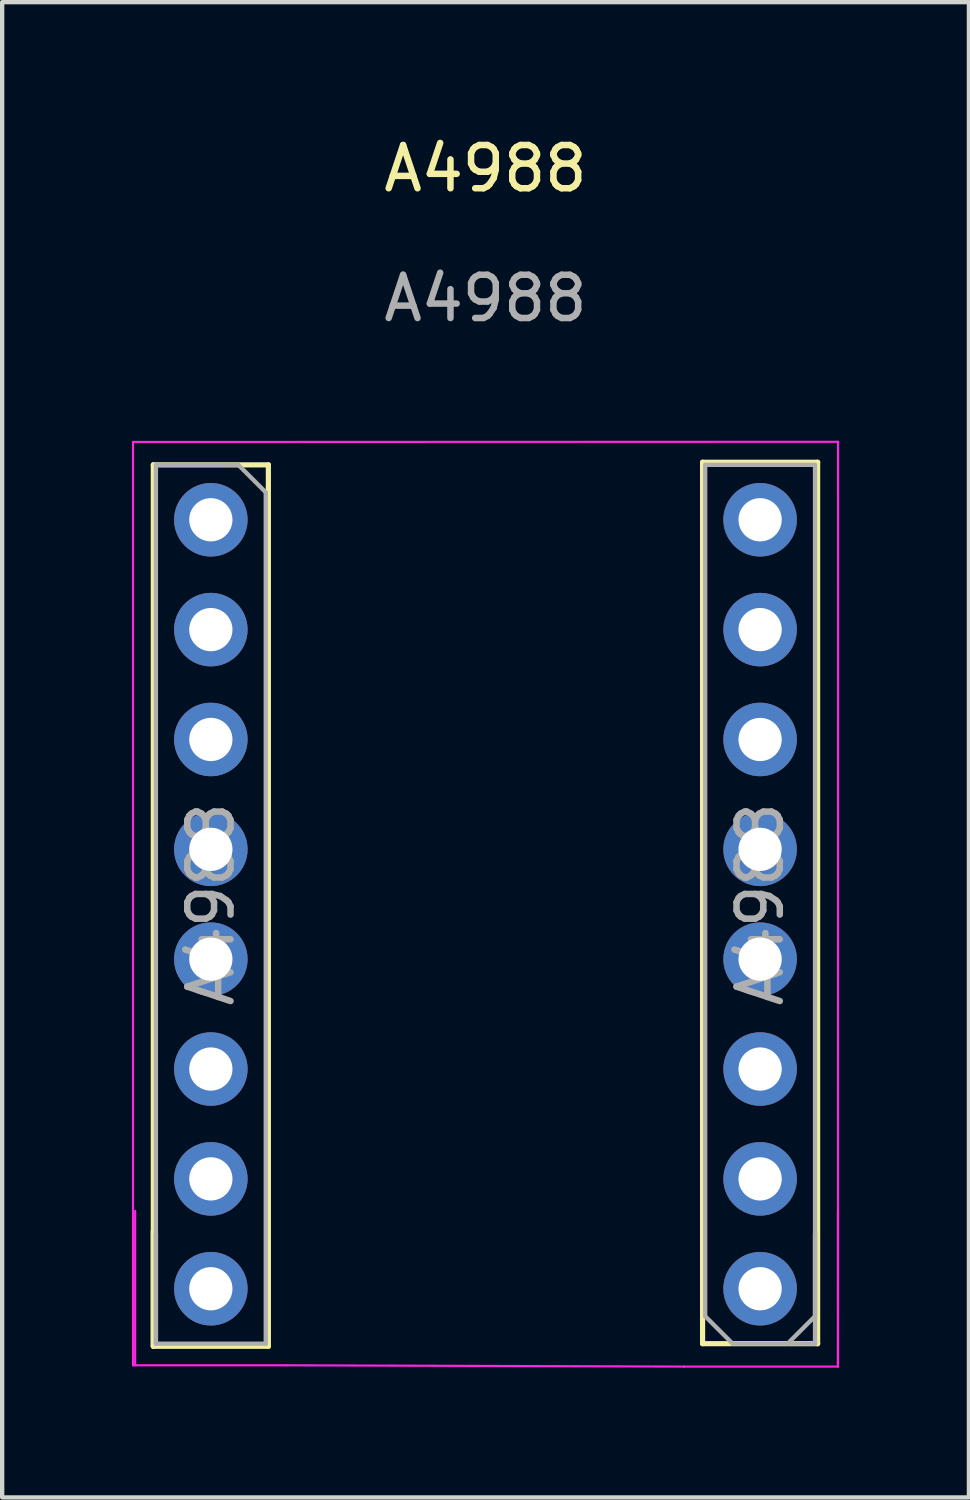
<source format=kicad_pcb>
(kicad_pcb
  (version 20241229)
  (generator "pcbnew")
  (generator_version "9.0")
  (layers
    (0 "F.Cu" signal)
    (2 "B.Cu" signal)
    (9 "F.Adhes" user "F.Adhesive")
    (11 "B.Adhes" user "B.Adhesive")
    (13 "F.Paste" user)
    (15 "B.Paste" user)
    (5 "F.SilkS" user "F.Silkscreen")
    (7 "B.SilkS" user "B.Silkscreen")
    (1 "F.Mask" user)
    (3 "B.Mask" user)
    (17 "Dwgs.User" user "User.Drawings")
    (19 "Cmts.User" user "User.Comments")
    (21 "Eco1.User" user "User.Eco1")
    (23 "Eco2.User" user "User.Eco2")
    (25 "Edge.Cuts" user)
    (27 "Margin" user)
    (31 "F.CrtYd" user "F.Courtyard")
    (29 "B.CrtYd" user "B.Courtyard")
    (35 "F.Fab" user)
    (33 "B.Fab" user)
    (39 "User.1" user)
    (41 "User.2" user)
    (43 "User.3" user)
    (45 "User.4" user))
  (footprint "A4988"
    (layer "F.Cu")
    (at 8.175 1.348)
    (property "Reference" "A4988" (at 0 -0.5 0) (unlocked yes) (layer "F.SilkS") (effects (font (size 1 1) (thickness 0.15))))
    (attr smd)
    (fp_line (start -7.68 6.35) (end -7.68 26.73) (stroke (width 0.12) (type solid)) (layer "F.SilkS"))
    (fp_line (start -7.68 6.35) (end -5.02 6.35) (stroke (width 0.12) (type solid)) (layer "F.SilkS"))
    (fp_line (start -7.68 24.07) (end -7.68 26.73) (stroke (width 0.12) (type solid)) (layer "F.SilkS"))
    (fp_line (start -7.68 26.73) (end -5.02 26.73) (stroke (width 0.12) (type solid)) (layer "F.SilkS"))
    (fp_line (start -5.02 6.35) (end -5.02 26.73) (stroke (width 0.12) (type solid)) (layer "F.SilkS"))
    (fp_line (start 5.02 26.67) (end 5.02 6.29) (stroke (width 0.12) (type solid)) (layer "F.SilkS"))
    (fp_line (start 7.68 6.29) (end 5.02 6.29) (stroke (width 0.12) (type solid)) (layer "F.SilkS"))
    (fp_line (start 7.68 26.67) (end 5.02 26.67) (stroke (width 0.12) (type solid)) (layer "F.SilkS"))
    (fp_line (start 7.68 26.67) (end 7.68 6.29) (stroke (width 0.12) (type solid)) (layer "F.SilkS"))
    (fp_line (start -8.15 5.82) (end -4.6 5.82) (stroke (width 0.05) (type solid)) (layer "F.CrtYd"))
    (fp_line (start -8.15 27.17) (end -8.15 5.82) (stroke (width 0.05) (type solid)) (layer "F.CrtYd"))
    (fp_line (start -8.1 27.15) (end -8.1 23.6) (stroke (width 0.05) (type solid)) (layer "F.CrtYd"))
    (fp_line (start -4.6 5.82) (end 8.153 5.817) (stroke (width 0.05) (type solid)) (layer "F.CrtYd"))
    (fp_line (start -4.6 27.17) (end -8.15 27.17) (stroke (width 0.05) (type solid)) (layer "F.CrtYd"))
    (fp_line (start 4.6 27.2) (end -4.6 27.17) (stroke (width 0.05) (type solid)) (layer "F.CrtYd"))
    (fp_line (start 8.15 23.6) (end 8.15 27.15) (stroke (width 0.05) (type solid)) (layer "F.CrtYd"))
    (fp_line (start 8.15 27.2) (end 4.6 27.2) (stroke (width 0.05) (type solid)) (layer "F.CrtYd"))
    (fp_line (start 8.153 5.817) (end 8.15 27.2) (stroke (width 0.05) (type solid)) (layer "F.CrtYd"))
    (fp_line (start -7.62 6.35) (end -5.715 6.35) (stroke (width 0.1) (type solid)) (layer "F.Fab"))
    (fp_line (start -7.62 26.67) (end -7.62 6.35) (stroke (width 0.1) (type solid)) (layer "F.Fab"))
    (fp_line (start -7.62 26.67) (end -7.62 24.13) (stroke (width 0.1) (type solid)) (layer "F.Fab"))
    (fp_line (start -5.715 6.35) (end -5.08 6.985) (stroke (width 0.1) (type solid)) (layer "F.Fab"))
    (fp_line (start -5.08 6.985) (end -5.08 26.67) (stroke (width 0.1) (type solid)) (layer "F.Fab"))
    (fp_line (start -5.08 26.67) (end -7.62 26.67) (stroke (width 0.1) (type solid)) (layer "F.Fab"))
    (fp_line (start 5.08 6.35) (end 7.62 6.35) (stroke (width 0.1) (type solid)) (layer "F.Fab"))
    (fp_line (start 5.08 26.035) (end 5.08 6.35) (stroke (width 0.1) (type solid)) (layer "F.Fab"))
    (fp_line (start 5.715 26.67) (end 5.08 26.035) (stroke (width 0.1) (type solid)) (layer "F.Fab"))
    (fp_line (start 7.62 6.35) (end 7.62 26.67) (stroke (width 0.1) (type solid)) (layer "F.Fab"))
    (fp_line (start 7.62 24.13) (end 7.62 26.035) (stroke (width 0.1) (type solid)) (layer "F.Fab"))
    (fp_line (start 7.62 26.035) (end 6.985 26.67) (stroke (width 0.1) (type solid)) (layer "F.Fab"))
    (fp_line (start 7.62 26.67) (end 5.715 26.67) (stroke (width 0.1) (type solid)) (layer "F.Fab"))
    (fp_text user "${REFERENCE}" (at 0 2.5 0) (unlocked yes) (layer "F.Fab") (effects (font (size 1 1) (thickness 0.15))))
    (fp_text user "${REFERENCE}" (at -6.35 16.51 90) (layer "F.Fab") (effects (font (size 1 1) (thickness 0.15))))
    (fp_text user "${REFERENCE}" (at 6.35 16.51 270) (layer "F.Fab") (effects (font (size 1 1) (thickness 0.15))))
    (pad "1" thru_hole circle (at -6.35 7.62) (size 1.7 1.7) (drill 1) (layers "*.Cu" "*.Mask"))
    (pad "2" thru_hole oval (at -6.35 10.16) (size 1.7 1.7) (drill 1) (layers "*.Cu" "*.Mask"))
    (pad "3" thru_hole oval (at -6.35 12.7) (size 1.7 1.7) (drill 1) (layers "*.Cu" "*.Mask"))
    (pad "4" thru_hole oval (at -6.35 15.24) (size 1.7 1.7) (drill 1) (layers "*.Cu" "*.Mask"))
    (pad "5" thru_hole oval (at -6.35 17.78) (size 1.7 1.7) (drill 1) (layers "*.Cu" "*.Mask"))
    (pad "6" thru_hole oval (at -6.35 20.32) (size 1.7 1.7) (drill 1) (layers "*.Cu" "*.Mask"))
    (pad "7" thru_hole oval (at -6.35 22.86) (size 1.7 1.7) (drill 1) (layers "*.Cu" "*.Mask"))
    (pad "8" thru_hole oval (at -6.35 25.4) (size 1.7 1.7) (drill 1) (layers "*.Cu" "*.Mask"))
    (pad "9" thru_hole circle (at 6.35 25.4 180) (size 1.7 1.7) (drill 1) (layers "*.Cu" "*.Mask"))
    (pad "10" thru_hole oval (at 6.35 22.86 180) (size 1.7 1.7) (drill 1) (layers "*.Cu" "*.Mask"))
    (pad "11" thru_hole oval (at 6.35 20.32 180) (size 1.7 1.7) (drill 1) (layers "*.Cu" "*.Mask"))
    (pad "12" thru_hole oval (at 6.35 17.78 180) (size 1.7 1.7) (drill 1) (layers "*.Cu" "*.Mask"))
    (pad "13" thru_hole oval (at 6.35 15.24 180) (size 1.7 1.7) (drill 1) (layers "*.Cu" "*.Mask"))
    (pad "14" thru_hole oval (at 6.35 12.7 180) (size 1.7 1.7) (drill 1) (layers "*.Cu" "*.Mask"))
    (pad "15" thru_hole oval (at 6.35 10.16 180) (size 1.7 1.7) (drill 1) (layers "*.Cu" "*.Mask"))
    (pad "16" thru_hole oval (at 6.35 7.62 180) (size 1.7 1.7) (drill 1) (layers "*.Cu" "*.Mask")))
  (gr_rect
    (start -3 -3)
    (end 19.353 31.573)
    (stroke (width 0.1) (type default))
    (fill no)
    (layer "Edge.Cuts")))
</source>
